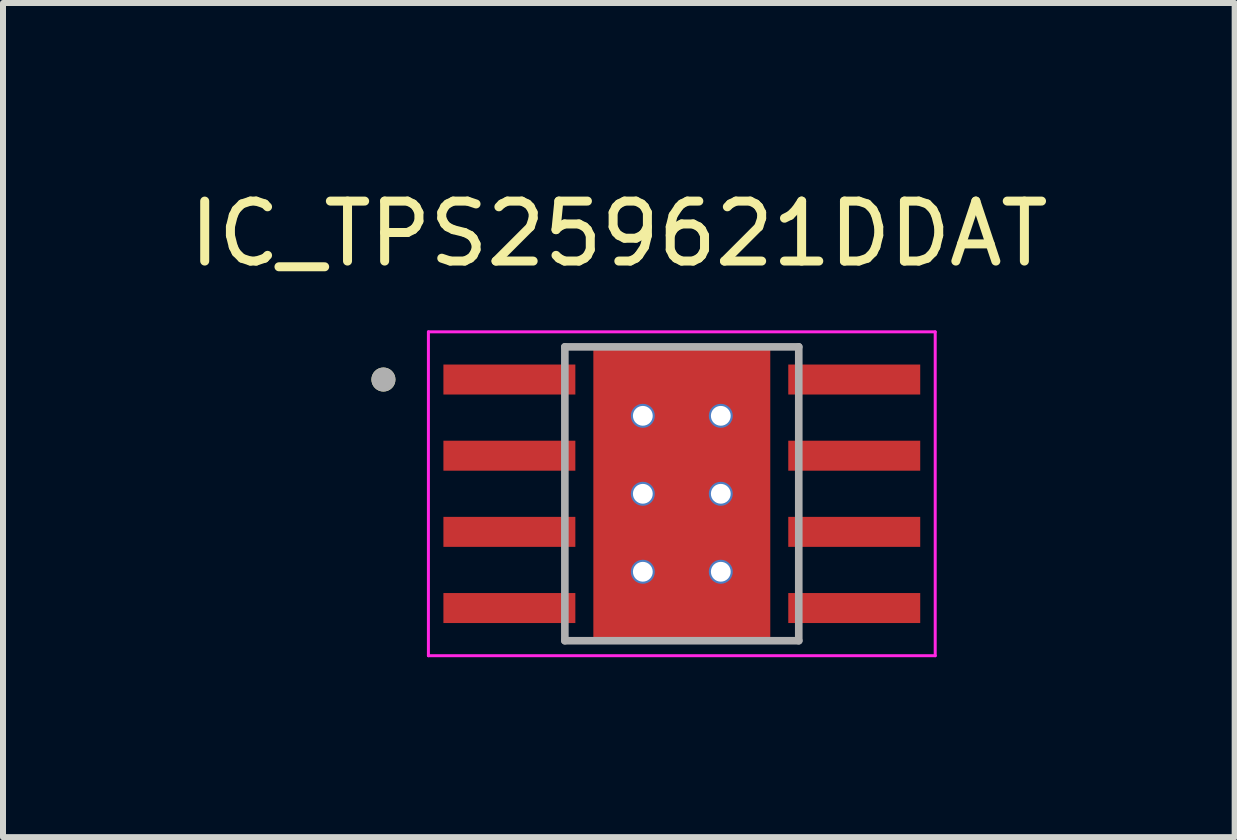
<source format=kicad_pcb>
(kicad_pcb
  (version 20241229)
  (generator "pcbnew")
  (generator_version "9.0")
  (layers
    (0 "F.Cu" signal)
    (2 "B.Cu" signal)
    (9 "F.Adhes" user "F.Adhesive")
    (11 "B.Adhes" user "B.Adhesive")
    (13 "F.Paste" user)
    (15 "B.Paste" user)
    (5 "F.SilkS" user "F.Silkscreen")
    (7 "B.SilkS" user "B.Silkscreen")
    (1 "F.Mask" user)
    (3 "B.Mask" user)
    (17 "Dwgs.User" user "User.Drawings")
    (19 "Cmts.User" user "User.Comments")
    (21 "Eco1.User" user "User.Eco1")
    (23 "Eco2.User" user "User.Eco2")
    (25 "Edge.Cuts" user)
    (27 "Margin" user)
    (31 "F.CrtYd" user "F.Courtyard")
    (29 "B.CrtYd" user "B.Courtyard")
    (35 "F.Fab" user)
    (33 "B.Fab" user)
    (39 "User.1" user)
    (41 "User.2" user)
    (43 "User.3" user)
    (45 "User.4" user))
  (footprint "IC_TPS259621DDAT"
    (layer "F.Cu")
    (at 8.318 5.183)
    (property "Reference" "IC_TPS259621DDAT" (at -1.05 -4.335 0) (layer "F.SilkS") (effects (font (size 1 1) (thickness 0.15))))
    (attr smd)
    (fp_poly (pts (xy -4.045 -2.225) (xy -1.705 -2.225) (xy -1.705 -1.585) (xy -4.045 -1.585)) (stroke (width 0.01) (type solid)) (fill yes) (layer "F.Mask"))
    (fp_poly (pts (xy -4.045 -0.955) (xy -1.705 -0.955) (xy -1.705 -0.315) (xy -4.045 -0.315)) (stroke (width 0.01) (type solid)) (fill yes) (layer "F.Mask"))
    (fp_poly (pts (xy -4.045 0.315) (xy -1.705 0.315) (xy -1.705 0.955) (xy -4.045 0.955)) (stroke (width 0.01) (type solid)) (fill yes) (layer "F.Mask"))
    (fp_poly (pts (xy -4.045 1.585) (xy -1.705 1.585) (xy -1.705 2.225) (xy -4.045 2.225)) (stroke (width 0.01) (type solid)) (fill yes) (layer "F.Mask"))
    (fp_poly (pts (xy -1.2 -1.55) (xy 1.2 -1.55) (xy 1.2 1.55) (xy -1.2 1.55)) (stroke (width 0.01) (type solid)) (fill yes) (layer "F.Mask"))
    (fp_poly (pts (xy 1.705 -2.225) (xy 4.045 -2.225) (xy 4.045 -1.585) (xy 1.705 -1.585)) (stroke (width 0.01) (type solid)) (fill yes) (layer "F.Mask"))
    (fp_poly (pts (xy 1.705 -0.955) (xy 4.045 -0.955) (xy 4.045 -0.315) (xy 1.705 -0.315)) (stroke (width 0.01) (type solid)) (fill yes) (layer "F.Mask"))
    (fp_poly (pts (xy 1.705 0.315) (xy 4.045 0.315) (xy 4.045 0.955) (xy 1.705 0.955)) (stroke (width 0.01) (type solid)) (fill yes) (layer "F.Mask"))
    (fp_poly (pts (xy 1.705 1.585) (xy 4.045 1.585) (xy 4.045 2.225) (xy 1.705 2.225)) (stroke (width 0.01) (type solid)) (fill yes) (layer "F.Mask"))
    (fp_circle (center -4.975 -1.905) (end -4.875 -1.905) (stroke (width 0.2) (type solid)) (fill no) (layer "F.SilkS"))
    (fp_poly (pts (xy -3.95 -2.13) (xy -1.8 -2.13) (xy -1.8 -1.68) (xy -3.95 -1.68)) (stroke (width 0.01) (type solid)) (fill yes) (layer "F.Paste"))
    (fp_poly (pts (xy -3.95 -0.86) (xy -1.8 -0.86) (xy -1.8 -0.41) (xy -3.95 -0.41)) (stroke (width 0.01) (type solid)) (fill yes) (layer "F.Paste"))
    (fp_poly (pts (xy -3.95 0.41) (xy -1.8 0.41) (xy -1.8 0.86) (xy -3.95 0.86)) (stroke (width 0.01) (type solid)) (fill yes) (layer "F.Paste"))
    (fp_poly (pts (xy -3.95 1.68) (xy -1.8 1.68) (xy -1.8 2.13) (xy -3.95 2.13)) (stroke (width 0.01) (type solid)) (fill yes) (layer "F.Paste"))
    (fp_poly (pts (xy -1.2 -1.55) (xy 1.2 -1.55) (xy 1.2 1.55) (xy -1.2 1.55)) (stroke (width 0.01) (type solid)) (fill yes) (layer "F.Paste"))
    (fp_poly (pts (xy 1.8 -2.13) (xy 3.95 -2.13) (xy 3.95 -1.68) (xy 1.8 -1.68)) (stroke (width 0.01) (type solid)) (fill yes) (layer "F.Paste"))
    (fp_poly (pts (xy 1.8 -0.86) (xy 3.95 -0.86) (xy 3.95 -0.41) (xy 1.8 -0.41)) (stroke (width 0.01) (type solid)) (fill yes) (layer "F.Paste"))
    (fp_poly (pts (xy 1.8 0.41) (xy 3.95 0.41) (xy 3.95 0.86) (xy 1.8 0.86)) (stroke (width 0.01) (type solid)) (fill yes) (layer "F.Paste"))
    (fp_poly (pts (xy 1.8 1.68) (xy 3.95 1.68) (xy 3.95 2.13) (xy 1.8 2.13)) (stroke (width 0.01) (type solid)) (fill yes) (layer "F.Paste"))
    (fp_line (start -4.225 -2.7) (end -4.225 2.7) (stroke (width 0.05) (type solid)) (layer "F.CrtYd"))
    (fp_line (start -4.225 2.7) (end 4.225 2.7) (stroke (width 0.05) (type solid)) (layer "F.CrtYd"))
    (fp_line (start 4.225 -2.7) (end -4.225 -2.7) (stroke (width 0.05) (type solid)) (layer "F.CrtYd"))
    (fp_line (start 4.225 2.7) (end 4.225 -2.7) (stroke (width 0.05) (type solid)) (layer "F.CrtYd"))
    (fp_line (start -1.95 -2.45) (end -1.95 2.45) (stroke (width 0.127) (type solid)) (layer "F.Fab"))
    (fp_line (start -1.95 2.45) (end 1.95 2.45) (stroke (width 0.127) (type solid)) (layer "F.Fab"))
    (fp_line (start 1.95 -2.45) (end -1.95 -2.45) (stroke (width 0.127) (type solid)) (layer "F.Fab"))
    (fp_line (start 1.95 2.45) (end 1.95 -2.45) (stroke (width 0.127) (type solid)) (layer "F.Fab"))
    (fp_circle (center -4.975 -1.905) (end -4.875 -1.905) (stroke (width 0.2) (type solid)) (fill no) (layer "F.Fab"))
    (pad "1" smd rect (at -2.875 -1.905) (size 2.2 0.5) (layers "F.Cu"))
    (pad "2" smd rect (at -2.875 -0.635) (size 2.2 0.5) (layers "F.Cu"))
    (pad "3" smd rect (at -2.875 0.635) (size 2.2 0.5) (layers "F.Cu"))
    (pad "4" smd rect (at -2.875 1.905) (size 2.2 0.5) (layers "F.Cu"))
    (pad "5" smd rect (at 2.875 1.905) (size 2.2 0.5) (layers "F.Cu"))
    (pad "6" smd rect (at 2.875 0.635) (size 2.2 0.5) (layers "F.Cu"))
    (pad "7" smd rect (at 2.875 -0.635) (size 2.2 0.5) (layers "F.Cu"))
    (pad "8" smd rect (at 2.875 -1.905) (size 2.2 0.5) (layers "F.Cu"))
    (pad "9" smd rect (at 0 0) (size 2.95 4.9) (layers "F.Cu"))
    (pad "10" thru_hole circle (at -0.65 -1.3) (size 0.4 0.4) (drill 0.33) (layers "*.Cu"))
    (pad "11" thru_hole circle (at 0.65 -1.3) (size 0.4 0.4) (drill 0.33) (layers "*.Cu"))
    (pad "12" thru_hole circle (at -0.65 0) (size 0.4 0.4) (drill 0.33) (layers "*.Cu"))
    (pad "13" thru_hole circle (at 0.65 0) (size 0.4 0.4) (drill 0.33) (layers "*.Cu"))
    (pad "14" thru_hole circle (at -0.65 1.3) (size 0.4 0.4) (drill 0.33) (layers "*.Cu"))
    (pad "15" thru_hole circle (at 0.65 1.3) (size 0.4 0.4) (drill 0.33) (layers "*.Cu")))
  (gr_rect
    (start -3 -3)
    (end 17.536 10.908)
    (stroke (width 0.1) (type default))
    (fill no)
    (layer "Edge.Cuts")))
</source>
